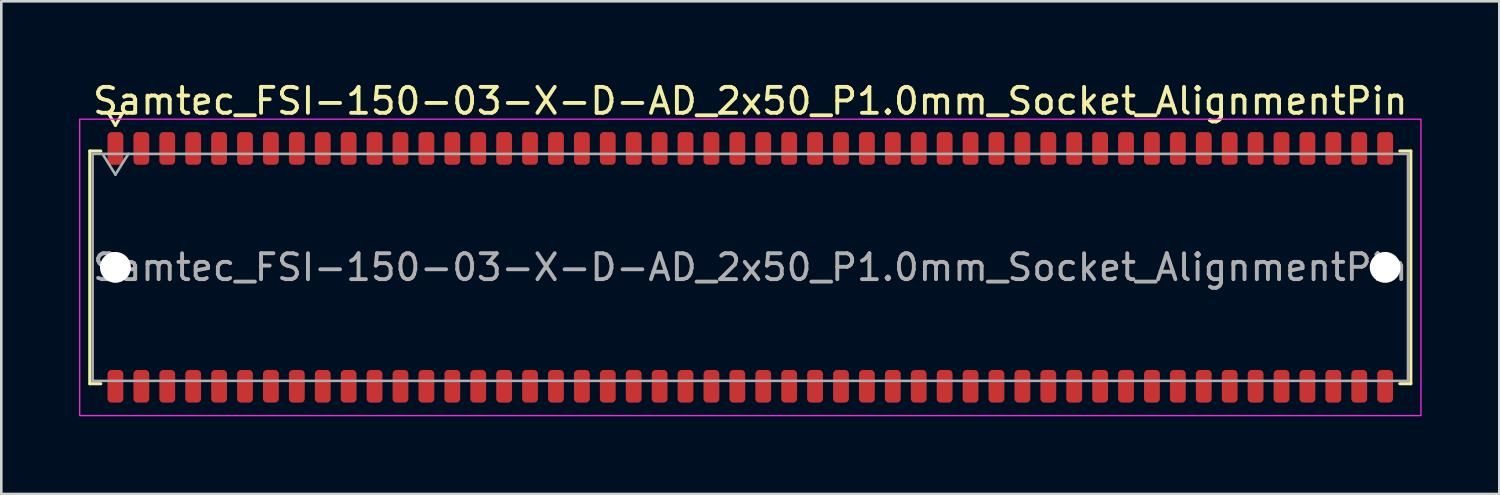
<source format=kicad_pcb>
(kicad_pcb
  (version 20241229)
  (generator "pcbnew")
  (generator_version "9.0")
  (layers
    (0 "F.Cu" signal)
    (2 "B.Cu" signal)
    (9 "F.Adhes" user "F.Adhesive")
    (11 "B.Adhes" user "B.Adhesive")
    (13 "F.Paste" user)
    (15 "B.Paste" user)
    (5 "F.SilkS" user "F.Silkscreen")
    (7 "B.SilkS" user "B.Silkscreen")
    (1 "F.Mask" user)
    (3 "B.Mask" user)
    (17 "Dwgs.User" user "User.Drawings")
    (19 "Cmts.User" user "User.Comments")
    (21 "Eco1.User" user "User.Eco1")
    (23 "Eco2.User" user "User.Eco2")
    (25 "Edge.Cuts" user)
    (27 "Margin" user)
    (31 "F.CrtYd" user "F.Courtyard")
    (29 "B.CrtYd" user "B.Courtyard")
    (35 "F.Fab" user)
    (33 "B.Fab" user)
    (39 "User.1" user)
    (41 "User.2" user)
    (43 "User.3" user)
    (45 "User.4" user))
  (footprint "Samtec_FSI-150-03-X-D-AD_2x50_P1.0mm_Socket_AlignmentPin"
    (layer "F.Cu")
    (at 25.905 7.268)
    (property "Reference" "Samtec_FSI-150-03-X-D-AD_2x50_P1.0mm_Socket_AlignmentPin" (at 0 -6.42 0) (layer "F.SilkS") (effects (font (size 1 1) (thickness 0.15))))
    (attr smd)
    (fp_line (start -25.49 -4.49) (end -25.065 -4.49) (stroke (width 0.12) (type solid)) (layer "F.SilkS"))
    (fp_line (start -25.49 4.49) (end -25.49 -4.49) (stroke (width 0.12) (type solid)) (layer "F.SilkS"))
    (fp_line (start -25.065 4.49) (end -25.49 4.49) (stroke (width 0.12) (type solid)) (layer "F.SilkS"))
    (fp_line (start -24.764 -5.938) (end -24.5 -5.48) (stroke (width 0.12) (type solid)) (layer "F.SilkS"))
    (fp_line (start -24.5 -5.48) (end -24.236 -5.938) (stroke (width 0.12) (type solid)) (layer "F.SilkS"))
    (fp_line (start -24.236 -5.938) (end -24.764 -5.938) (stroke (width 0.12) (type solid)) (layer "F.SilkS"))
    (fp_line (start 25.065 -4.49) (end 25.49 -4.49) (stroke (width 0.12) (type solid)) (layer "F.SilkS"))
    (fp_line (start 25.49 -4.49) (end 25.49 4.49) (stroke (width 0.12) (type solid)) (layer "F.SilkS"))
    (fp_line (start 25.49 4.49) (end 25.065 4.49) (stroke (width 0.12) (type solid)) (layer "F.SilkS"))
    (fp_rect (start -25.88 -5.72) (end 25.88 5.72) (stroke (width 0.05) (type solid)) (fill no) (layer "F.CrtYd"))
    (fp_line (start -25.38 -4.38) (end 25.38 -4.38) (stroke (width 0.1) (type solid)) (layer "F.Fab"))
    (fp_line (start -25.38 4.38) (end -25.38 -4.38) (stroke (width 0.1) (type solid)) (layer "F.Fab"))
    (fp_line (start -25 -4.38) (end -24.5 -3.58) (stroke (width 0.1) (type solid)) (layer "F.Fab"))
    (fp_line (start -24.5 -3.58) (end -24 -4.38) (stroke (width 0.1) (type solid)) (layer "F.Fab"))
    (fp_line (start 25.38 -4.38) (end 25.38 4.38) (stroke (width 0.1) (type solid)) (layer "F.Fab"))
    (fp_line (start 25.38 4.38) (end -25.38 4.38) (stroke (width 0.1) (type solid)) (layer "F.Fab"))
    (fp_text user "${REFERENCE}" (at 0 0 0) (layer "F.Fab") (effects (font (size 1 1) (thickness 0.15))))
    (pad "" np_thru_hole circle (at -24.5 0) (size 1.19 1.19) (drill 1.19) (layers "*.Cu" "*.Mask"))
    (pad "" np_thru_hole circle (at 24.5 0) (size 1.19 1.19) (drill 1.19) (layers "*.Cu" "*.Mask"))
    (pad "1" smd roundrect (at -24.5 -4.59) (size 0.61 1.26) (layers "F.Cu" "F.Mask" "F.Paste") (roundrect_rratio 0.25))
    (pad "2" smd roundrect (at -24.5 4.59) (size 0.61 1.26) (layers "F.Cu" "F.Mask" "F.Paste") (roundrect_rratio 0.25))
    (pad "3" smd roundrect (at -23.5 -4.59) (size 0.61 1.26) (layers "F.Cu" "F.Mask" "F.Paste") (roundrect_rratio 0.25))
    (pad "4" smd roundrect (at -23.5 4.59) (size 0.61 1.26) (layers "F.Cu" "F.Mask" "F.Paste") (roundrect_rratio 0.25))
    (pad "5" smd roundrect (at -22.5 -4.59) (size 0.61 1.26) (layers "F.Cu" "F.Mask" "F.Paste") (roundrect_rratio 0.25))
    (pad "6" smd roundrect (at -22.5 4.59) (size 0.61 1.26) (layers "F.Cu" "F.Mask" "F.Paste") (roundrect_rratio 0.25))
    (pad "7" smd roundrect (at -21.5 -4.59) (size 0.61 1.26) (layers "F.Cu" "F.Mask" "F.Paste") (roundrect_rratio 0.25))
    (pad "8" smd roundrect (at -21.5 4.59) (size 0.61 1.26) (layers "F.Cu" "F.Mask" "F.Paste") (roundrect_rratio 0.25))
    (pad "9" smd roundrect (at -20.5 -4.59) (size 0.61 1.26) (layers "F.Cu" "F.Mask" "F.Paste") (roundrect_rratio 0.25))
    (pad "10" smd roundrect (at -20.5 4.59) (size 0.61 1.26) (layers "F.Cu" "F.Mask" "F.Paste") (roundrect_rratio 0.25))
    (pad "11" smd roundrect (at -19.5 -4.59) (size 0.61 1.26) (layers "F.Cu" "F.Mask" "F.Paste") (roundrect_rratio 0.25))
    (pad "12" smd roundrect (at -19.5 4.59) (size 0.61 1.26) (layers "F.Cu" "F.Mask" "F.Paste") (roundrect_rratio 0.25))
    (pad "13" smd roundrect (at -18.5 -4.59) (size 0.61 1.26) (layers "F.Cu" "F.Mask" "F.Paste") (roundrect_rratio 0.25))
    (pad "14" smd roundrect (at -18.5 4.59) (size 0.61 1.26) (layers "F.Cu" "F.Mask" "F.Paste") (roundrect_rratio 0.25))
    (pad "15" smd roundrect (at -17.5 -4.59) (size 0.61 1.26) (layers "F.Cu" "F.Mask" "F.Paste") (roundrect_rratio 0.25))
    (pad "16" smd roundrect (at -17.5 4.59) (size 0.61 1.26) (layers "F.Cu" "F.Mask" "F.Paste") (roundrect_rratio 0.25))
    (pad "17" smd roundrect (at -16.5 -4.59) (size 0.61 1.26) (layers "F.Cu" "F.Mask" "F.Paste") (roundrect_rratio 0.25))
    (pad "18" smd roundrect (at -16.5 4.59) (size 0.61 1.26) (layers "F.Cu" "F.Mask" "F.Paste") (roundrect_rratio 0.25))
    (pad "19" smd roundrect (at -15.5 -4.59) (size 0.61 1.26) (layers "F.Cu" "F.Mask" "F.Paste") (roundrect_rratio 0.25))
    (pad "20" smd roundrect (at -15.5 4.59) (size 0.61 1.26) (layers "F.Cu" "F.Mask" "F.Paste") (roundrect_rratio 0.25))
    (pad "21" smd roundrect (at -14.5 -4.59) (size 0.61 1.26) (layers "F.Cu" "F.Mask" "F.Paste") (roundrect_rratio 0.25))
    (pad "22" smd roundrect (at -14.5 4.59) (size 0.61 1.26) (layers "F.Cu" "F.Mask" "F.Paste") (roundrect_rratio 0.25))
    (pad "23" smd roundrect (at -13.5 -4.59) (size 0.61 1.26) (layers "F.Cu" "F.Mask" "F.Paste") (roundrect_rratio 0.25))
    (pad "24" smd roundrect (at -13.5 4.59) (size 0.61 1.26) (layers "F.Cu" "F.Mask" "F.Paste") (roundrect_rratio 0.25))
    (pad "25" smd roundrect (at -12.5 -4.59) (size 0.61 1.26) (layers "F.Cu" "F.Mask" "F.Paste") (roundrect_rratio 0.25))
    (pad "26" smd roundrect (at -12.5 4.59) (size 0.61 1.26) (layers "F.Cu" "F.Mask" "F.Paste") (roundrect_rratio 0.25))
    (pad "27" smd roundrect (at -11.5 -4.59) (size 0.61 1.26) (layers "F.Cu" "F.Mask" "F.Paste") (roundrect_rratio 0.25))
    (pad "28" smd roundrect (at -11.5 4.59) (size 0.61 1.26) (layers "F.Cu" "F.Mask" "F.Paste") (roundrect_rratio 0.25))
    (pad "29" smd roundrect (at -10.5 -4.59) (size 0.61 1.26) (layers "F.Cu" "F.Mask" "F.Paste") (roundrect_rratio 0.25))
    (pad "30" smd roundrect (at -10.5 4.59) (size 0.61 1.26) (layers "F.Cu" "F.Mask" "F.Paste") (roundrect_rratio 0.25))
    (pad "31" smd roundrect (at -9.5 -4.59) (size 0.61 1.26) (layers "F.Cu" "F.Mask" "F.Paste") (roundrect_rratio 0.25))
    (pad "32" smd roundrect (at -9.5 4.59) (size 0.61 1.26) (layers "F.Cu" "F.Mask" "F.Paste") (roundrect_rratio 0.25))
    (pad "33" smd roundrect (at -8.5 -4.59) (size 0.61 1.26) (layers "F.Cu" "F.Mask" "F.Paste") (roundrect_rratio 0.25))
    (pad "34" smd roundrect (at -8.5 4.59) (size 0.61 1.26) (layers "F.Cu" "F.Mask" "F.Paste") (roundrect_rratio 0.25))
    (pad "35" smd roundrect (at -7.5 -4.59) (size 0.61 1.26) (layers "F.Cu" "F.Mask" "F.Paste") (roundrect_rratio 0.25))
    (pad "36" smd roundrect (at -7.5 4.59) (size 0.61 1.26) (layers "F.Cu" "F.Mask" "F.Paste") (roundrect_rratio 0.25))
    (pad "37" smd roundrect (at -6.5 -4.59) (size 0.61 1.26) (layers "F.Cu" "F.Mask" "F.Paste") (roundrect_rratio 0.25))
    (pad "38" smd roundrect (at -6.5 4.59) (size 0.61 1.26) (layers "F.Cu" "F.Mask" "F.Paste") (roundrect_rratio 0.25))
    (pad "39" smd roundrect (at -5.5 -4.59) (size 0.61 1.26) (layers "F.Cu" "F.Mask" "F.Paste") (roundrect_rratio 0.25))
    (pad "40" smd roundrect (at -5.5 4.59) (size 0.61 1.26) (layers "F.Cu" "F.Mask" "F.Paste") (roundrect_rratio 0.25))
    (pad "41" smd roundrect (at -4.5 -4.59) (size 0.61 1.26) (layers "F.Cu" "F.Mask" "F.Paste") (roundrect_rratio 0.25))
    (pad "42" smd roundrect (at -4.5 4.59) (size 0.61 1.26) (layers "F.Cu" "F.Mask" "F.Paste") (roundrect_rratio 0.25))
    (pad "43" smd roundrect (at -3.5 -4.59) (size 0.61 1.26) (layers "F.Cu" "F.Mask" "F.Paste") (roundrect_rratio 0.25))
    (pad "44" smd roundrect (at -3.5 4.59) (size 0.61 1.26) (layers "F.Cu" "F.Mask" "F.Paste") (roundrect_rratio 0.25))
    (pad "45" smd roundrect (at -2.5 -4.59) (size 0.61 1.26) (layers "F.Cu" "F.Mask" "F.Paste") (roundrect_rratio 0.25))
    (pad "46" smd roundrect (at -2.5 4.59) (size 0.61 1.26) (layers "F.Cu" "F.Mask" "F.Paste") (roundrect_rratio 0.25))
    (pad "47" smd roundrect (at -1.5 -4.59) (size 0.61 1.26) (layers "F.Cu" "F.Mask" "F.Paste") (roundrect_rratio 0.25))
    (pad "48" smd roundrect (at -1.5 4.59) (size 0.61 1.26) (layers "F.Cu" "F.Mask" "F.Paste") (roundrect_rratio 0.25))
    (pad "49" smd roundrect (at -0.5 -4.59) (size 0.61 1.26) (layers "F.Cu" "F.Mask" "F.Paste") (roundrect_rratio 0.25))
    (pad "50" smd roundrect (at -0.5 4.59) (size 0.61 1.26) (layers "F.Cu" "F.Mask" "F.Paste") (roundrect_rratio 0.25))
    (pad "51" smd roundrect (at 0.5 -4.59) (size 0.61 1.26) (layers "F.Cu" "F.Mask" "F.Paste") (roundrect_rratio 0.25))
    (pad "52" smd roundrect (at 0.5 4.59) (size 0.61 1.26) (layers "F.Cu" "F.Mask" "F.Paste") (roundrect_rratio 0.25))
    (pad "53" smd roundrect (at 1.5 -4.59) (size 0.61 1.26) (layers "F.Cu" "F.Mask" "F.Paste") (roundrect_rratio 0.25))
    (pad "54" smd roundrect (at 1.5 4.59) (size 0.61 1.26) (layers "F.Cu" "F.Mask" "F.Paste") (roundrect_rratio 0.25))
    (pad "55" smd roundrect (at 2.5 -4.59) (size 0.61 1.26) (layers "F.Cu" "F.Mask" "F.Paste") (roundrect_rratio 0.25))
    (pad "56" smd roundrect (at 2.5 4.59) (size 0.61 1.26) (layers "F.Cu" "F.Mask" "F.Paste") (roundrect_rratio 0.25))
    (pad "57" smd roundrect (at 3.5 -4.59) (size 0.61 1.26) (layers "F.Cu" "F.Mask" "F.Paste") (roundrect_rratio 0.25))
    (pad "58" smd roundrect (at 3.5 4.59) (size 0.61 1.26) (layers "F.Cu" "F.Mask" "F.Paste") (roundrect_rratio 0.25))
    (pad "59" smd roundrect (at 4.5 -4.59) (size 0.61 1.26) (layers "F.Cu" "F.Mask" "F.Paste") (roundrect_rratio 0.25))
    (pad "60" smd roundrect (at 4.5 4.59) (size 0.61 1.26) (layers "F.Cu" "F.Mask" "F.Paste") (roundrect_rratio 0.25))
    (pad "61" smd roundrect (at 5.5 -4.59) (size 0.61 1.26) (layers "F.Cu" "F.Mask" "F.Paste") (roundrect_rratio 0.25))
    (pad "62" smd roundrect (at 5.5 4.59) (size 0.61 1.26) (layers "F.Cu" "F.Mask" "F.Paste") (roundrect_rratio 0.25))
    (pad "63" smd roundrect (at 6.5 -4.59) (size 0.61 1.26) (layers "F.Cu" "F.Mask" "F.Paste") (roundrect_rratio 0.25))
    (pad "64" smd roundrect (at 6.5 4.59) (size 0.61 1.26) (layers "F.Cu" "F.Mask" "F.Paste") (roundrect_rratio 0.25))
    (pad "65" smd roundrect (at 7.5 -4.59) (size 0.61 1.26) (layers "F.Cu" "F.Mask" "F.Paste") (roundrect_rratio 0.25))
    (pad "66" smd roundrect (at 7.5 4.59) (size 0.61 1.26) (layers "F.Cu" "F.Mask" "F.Paste") (roundrect_rratio 0.25))
    (pad "67" smd roundrect (at 8.5 -4.59) (size 0.61 1.26) (layers "F.Cu" "F.Mask" "F.Paste") (roundrect_rratio 0.25))
    (pad "68" smd roundrect (at 8.5 4.59) (size 0.61 1.26) (layers "F.Cu" "F.Mask" "F.Paste") (roundrect_rratio 0.25))
    (pad "69" smd roundrect (at 9.5 -4.59) (size 0.61 1.26) (layers "F.Cu" "F.Mask" "F.Paste") (roundrect_rratio 0.25))
    (pad "70" smd roundrect (at 9.5 4.59) (size 0.61 1.26) (layers "F.Cu" "F.Mask" "F.Paste") (roundrect_rratio 0.25))
    (pad "71" smd roundrect (at 10.5 -4.59) (size 0.61 1.26) (layers "F.Cu" "F.Mask" "F.Paste") (roundrect_rratio 0.25))
    (pad "72" smd roundrect (at 10.5 4.59) (size 0.61 1.26) (layers "F.Cu" "F.Mask" "F.Paste") (roundrect_rratio 0.25))
    (pad "73" smd roundrect (at 11.5 -4.59) (size 0.61 1.26) (layers "F.Cu" "F.Mask" "F.Paste") (roundrect_rratio 0.25))
    (pad "74" smd roundrect (at 11.5 4.59) (size 0.61 1.26) (layers "F.Cu" "F.Mask" "F.Paste") (roundrect_rratio 0.25))
    (pad "75" smd roundrect (at 12.5 -4.59) (size 0.61 1.26) (layers "F.Cu" "F.Mask" "F.Paste") (roundrect_rratio 0.25))
    (pad "76" smd roundrect (at 12.5 4.59) (size 0.61 1.26) (layers "F.Cu" "F.Mask" "F.Paste") (roundrect_rratio 0.25))
    (pad "77" smd roundrect (at 13.5 -4.59) (size 0.61 1.26) (layers "F.Cu" "F.Mask" "F.Paste") (roundrect_rratio 0.25))
    (pad "78" smd roundrect (at 13.5 4.59) (size 0.61 1.26) (layers "F.Cu" "F.Mask" "F.Paste") (roundrect_rratio 0.25))
    (pad "79" smd roundrect (at 14.5 -4.59) (size 0.61 1.26) (layers "F.Cu" "F.Mask" "F.Paste") (roundrect_rratio 0.25))
    (pad "80" smd roundrect (at 14.5 4.59) (size 0.61 1.26) (layers "F.Cu" "F.Mask" "F.Paste") (roundrect_rratio 0.25))
    (pad "81" smd roundrect (at 15.5 -4.59) (size 0.61 1.26) (layers "F.Cu" "F.Mask" "F.Paste") (roundrect_rratio 0.25))
    (pad "82" smd roundrect (at 15.5 4.59) (size 0.61 1.26) (layers "F.Cu" "F.Mask" "F.Paste") (roundrect_rratio 0.25))
    (pad "83" smd roundrect (at 16.5 -4.59) (size 0.61 1.26) (layers "F.Cu" "F.Mask" "F.Paste") (roundrect_rratio 0.25))
    (pad "84" smd roundrect (at 16.5 4.59) (size 0.61 1.26) (layers "F.Cu" "F.Mask" "F.Paste") (roundrect_rratio 0.25))
    (pad "85" smd roundrect (at 17.5 -4.59) (size 0.61 1.26) (layers "F.Cu" "F.Mask" "F.Paste") (roundrect_rratio 0.25))
    (pad "86" smd roundrect (at 17.5 4.59) (size 0.61 1.26) (layers "F.Cu" "F.Mask" "F.Paste") (roundrect_rratio 0.25))
    (pad "87" smd roundrect (at 18.5 -4.59) (size 0.61 1.26) (layers "F.Cu" "F.Mask" "F.Paste") (roundrect_rratio 0.25))
    (pad "88" smd roundrect (at 18.5 4.59) (size 0.61 1.26) (layers "F.Cu" "F.Mask" "F.Paste") (roundrect_rratio 0.25))
    (pad "89" smd roundrect (at 19.5 -4.59) (size 0.61 1.26) (layers "F.Cu" "F.Mask" "F.Paste") (roundrect_rratio 0.25))
    (pad "90" smd roundrect (at 19.5 4.59) (size 0.61 1.26) (layers "F.Cu" "F.Mask" "F.Paste") (roundrect_rratio 0.25))
    (pad "91" smd roundrect (at 20.5 -4.59) (size 0.61 1.26) (layers "F.Cu" "F.Mask" "F.Paste") (roundrect_rratio 0.25))
    (pad "92" smd roundrect (at 20.5 4.59) (size 0.61 1.26) (layers "F.Cu" "F.Mask" "F.Paste") (roundrect_rratio 0.25))
    (pad "93" smd roundrect (at 21.5 -4.59) (size 0.61 1.26) (layers "F.Cu" "F.Mask" "F.Paste") (roundrect_rratio 0.25))
    (pad "94" smd roundrect (at 21.5 4.59) (size 0.61 1.26) (layers "F.Cu" "F.Mask" "F.Paste") (roundrect_rratio 0.25))
    (pad "95" smd roundrect (at 22.5 -4.59) (size 0.61 1.26) (layers "F.Cu" "F.Mask" "F.Paste") (roundrect_rratio 0.25))
    (pad "96" smd roundrect (at 22.5 4.59) (size 0.61 1.26) (layers "F.Cu" "F.Mask" "F.Paste") (roundrect_rratio 0.25))
    (pad "97" smd roundrect (at 23.5 -4.59) (size 0.61 1.26) (layers "F.Cu" "F.Mask" "F.Paste") (roundrect_rratio 0.25))
    (pad "98" smd roundrect (at 23.5 4.59) (size 0.61 1.26) (layers "F.Cu" "F.Mask" "F.Paste") (roundrect_rratio 0.25))
    (pad "99" smd roundrect (at 24.5 -4.59) (size 0.61 1.26) (layers "F.Cu" "F.Mask" "F.Paste") (roundrect_rratio 0.25))
    (pad "100" smd roundrect (at 24.5 4.59) (size 0.61 1.26) (layers "F.Cu" "F.Mask" "F.Paste") (roundrect_rratio 0.25)))
  (gr_rect
    (start -3 -3)
    (end 54.81 16.013)
    (stroke (width 0.1) (type default))
    (fill no)
    (layer "Edge.Cuts")))
</source>
